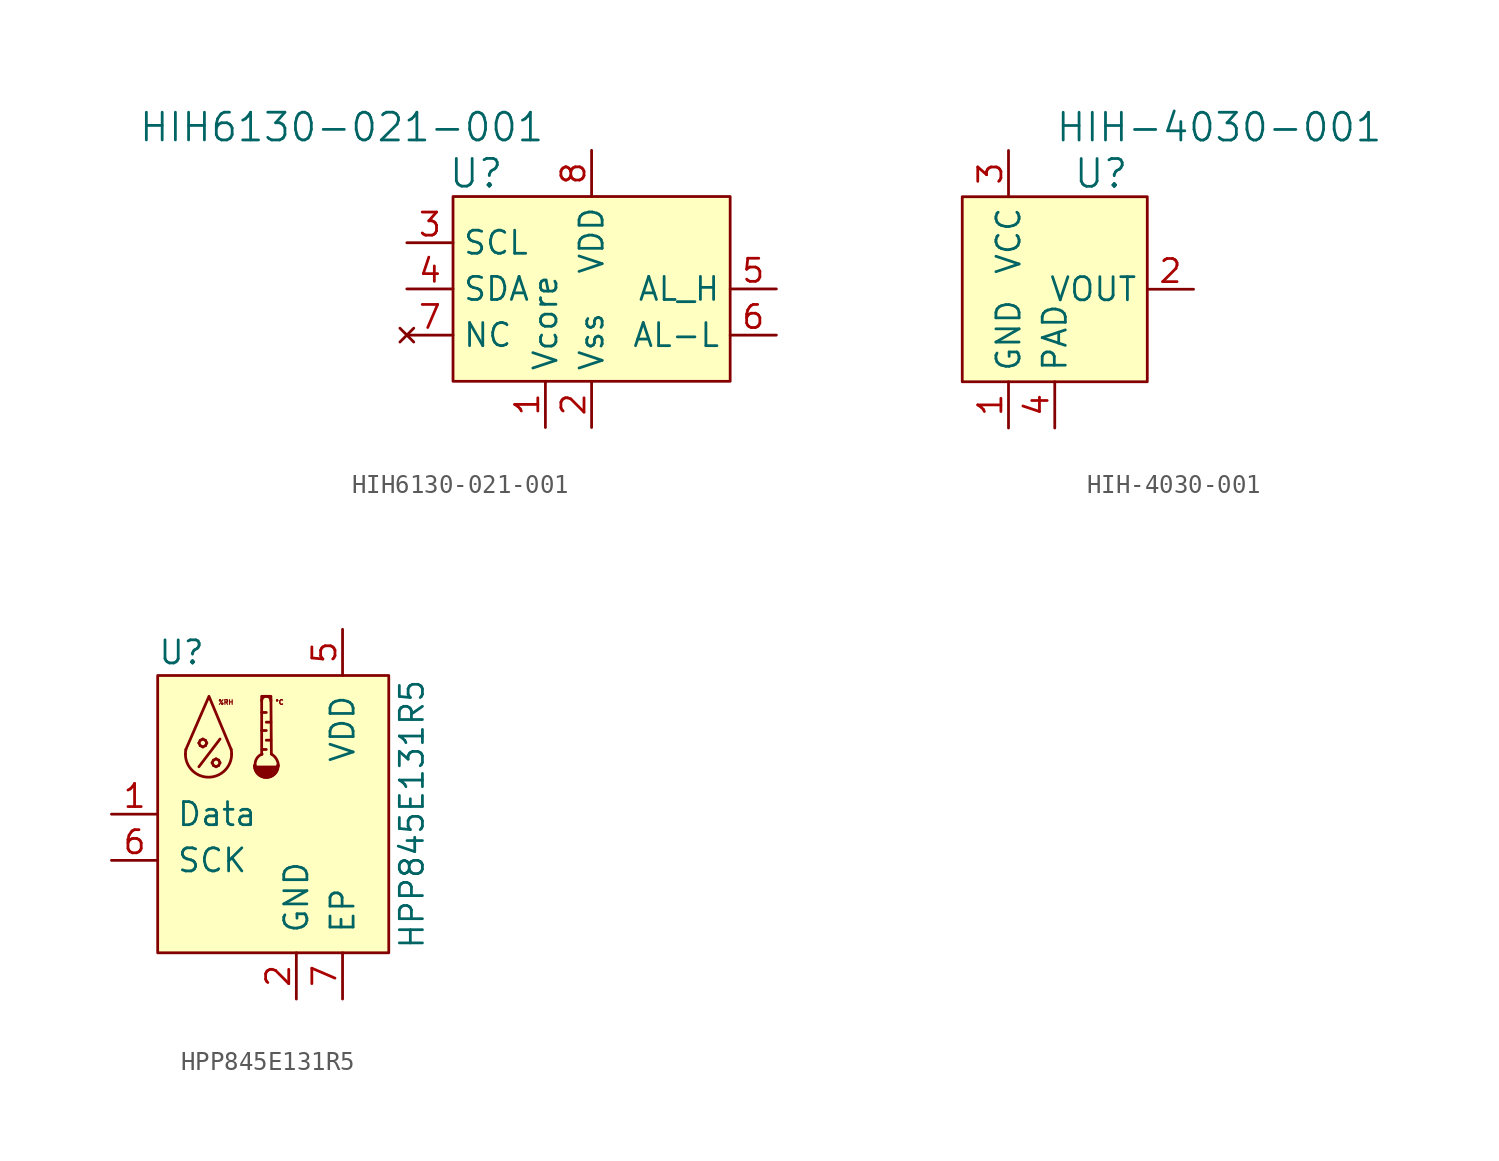
<source format=kicad_sym>
(kicad_symbol_lib
  (version 20231120)
  (generator "kicad_symbol_editor")
  (generator_version "8.0")
  (symbol "HIH6130-021-001"
    (property "Reference" "U"
      (at -6.35 8.89 0)
      (effects (font (size 1.524 1.524))))
    (property "Value" "HIH6130-021-001"
      (at -2.54 11.43 0)
      (effects (font (size 1.524 1.524)) (justify right)))
    (symbol "HIH6130-021-001_0_1"
      (rectangle (start -7.62 7.62) (end 7.62 -2.54) (stroke (width 0) (type default)) (fill (type background))))
    (symbol "HIH6130-021-001_1_1"
      (pin passive line (at -2.54 -5.08 90) (length 2.54) (name "Vcore" (effects (font (size 1.27 1.27)))) (number "1" (effects (font (size 1.27 1.27)))))
      (pin power_in line (at 0 -5.08 90) (length 2.54) (name "Vss" (effects (font (size 1.27 1.27)))) (number "2" (effects (font (size 1.27 1.27)))))
      (pin input line (at -10.16 5.08 0) (length 2.54) (name "SCL" (effects (font (size 1.27 1.27)))) (number "3" (effects (font (size 1.27 1.27)))))
      (pin bidirectional line (at -10.16 2.54 0) (length 2.54) (name "SDA" (effects (font (size 1.27 1.27)))) (number "4" (effects (font (size 1.27 1.27)))))
      (pin output line (at 10.16 2.54 180) (length 2.54) (name "AL_H" (effects (font (size 1.27 1.27)))) (number "5" (effects (font (size 1.27 1.27)))))
      (pin output line (at 10.16 0 180) (length 2.54) (name "AL-L" (effects (font (size 1.27 1.27)))) (number "6" (effects (font (size 1.27 1.27)))))
      (pin no_connect line (at -10.16 0 0) (length 2.54) (name "NC" (effects (font (size 1.27 1.27)))) (number "7" (effects (font (size 1.27 1.27)))))
      (pin power_in line (at 0 10.16 270) (length 2.54) (name "VDD" (effects (font (size 1.27 1.27)))) (number "8" (effects (font (size 1.27 1.27)))))))
  (symbol "HIH-4030-001"
    (property "Reference" "U"
      (at 5.08 8.89 0)
      (effects (font (size 1.524 1.524))))
    (property "Value" "HIH-4030-001"
      (at 2.54 11.43 0)
      (effects (font (size 1.524 1.524)) (justify left)))
    (symbol "HIH-4030-001_0_1"
      (rectangle (start 7.62 7.62) (end -2.54 -2.54) (stroke (width 0) (type default)) (fill (type background))))
    (symbol "HIH-4030-001_1_1"
      (pin power_in line (at 0 -5.08 90) (length 2.54) (name "GND" (effects (font (size 1.27 1.27)))) (number "1" (effects (font (size 1.27 1.27)))))
      (pin output line (at 10.16 2.54 180) (length 2.54) (name "VOUT" (effects (font (size 1.27 1.27)))) (number "2" (effects (font (size 1.27 1.27)))))
      (pin power_in line (at 0 10.16 270) (length 2.54) (name "VCC" (effects (font (size 1.27 1.27)))) (number "3" (effects (font (size 1.27 1.27)))))
      (pin unspecified line (at 2.54 -5.08 90) (length 2.54) (name "PAD" (effects (font (size 1.27 1.27)))) (number "4" (effects (font (size 1.27 1.27)))))))
  (symbol "HPP845E131R5"
    (pin_names
      (offset 1.016))
    (property "Reference" "U"
      (at -10.16 13.97 0)
      (effects (font (size 1.27 1.27)) (justify left)))
    (property "Value" "HPP845E131R5"
      (at 3.81 5.08 90)
      (effects (font (size 1.27 1.27))))
    (symbol "HPP845E131R5_0_0"
      (arc (start -8.636 8.382) (mid -7.366 7.1175) (end -6.096 8.382) (stroke (width 0) (type default)) (fill (type none)))
      (arc (start -8.6106 8.636) (mid -8.6298 8.5096) (end -8.636 8.382) (stroke (width 0) (type default)) (fill (type none)))
      (arc (start -6.096 8.382) (mid -6.1024 8.5096) (end -6.1214 8.636) (stroke (width 0) (type default)) (fill (type none)))
      (arc (start -4.826 7.747) (mid -4.191 7.1147) (end -3.556 7.747) (stroke (width 0.1778) (type default)) (fill (type none)))
      (arc (start -4.826 7.747) (mid -4.191 7.1147) (end -3.556 7.747) (stroke (width 0.1778) (type default)) (fill (type outline)))
      (arc (start -4.4196 8.382) (mid -4.7223 8.1277) (end -4.8006 7.747) (stroke (width 0) (type default)) (fill (type none)))
      (arc (start -3.937 11.303) (mid -4.191 11.5559) (end -4.445 11.303) (stroke (width 0) (type default)) (fill (type none)))
      (arc (start -3.5306 7.747) (mid -3.6379 8.1079) (end -3.9116 8.382) (stroke (width 0) (type default)) (fill (type none)))
      (polyline (pts (xy -4.445 9.677) (xy -4.191 9.677)) (stroke (width 0) (type default)) (fill (type none)))
      (polyline (pts (xy -4.42 8.636) (xy -4.191 8.636)) (stroke (width 0) (type default)) (fill (type none)))
      (polyline (pts (xy -4.191 10.668) (xy -4.445 10.668)) (stroke (width 0) (type default)) (fill (type none)))
      (polyline (pts (xy -3.937 9.144) (xy -4.191 9.144)) (stroke (width 0) (type default)) (fill (type none)))
      (polyline (pts (xy -3.937 10.135) (xy -4.191 10.135)) (stroke (width 0) (type default)) (fill (type none)))
      (polyline (pts (xy -8.611 8.636) (xy -7.341 11.557) (xy -6.121 8.636)) (stroke (width 0) (type default)) (fill (type none)))
      (polyline (pts (xy -4.445 8.357) (xy -4.445 11.557) (xy -3.937 11.557) (xy -3.912 8.382)) (stroke (width 0) (type default)) (fill (type none)))
      (text "%" (at -7.315 8.382 0) (effects (font (size 1.524 1.524))))
      (text "%RH" (at -6.858 11.379 0) (effects (font (size 0.254 0.254)) (justify left top)))
      (text "°C" (at -3.734 11.379 0) (effects (font (size 0.254 0.254)) (justify left top))))
    (symbol "HPP845E131R5_0_1"
      (rectangle (start -10.16 12.7) (end 2.54 -2.54) (stroke (width 0) (type default)) (fill (type background))))
    (symbol "HPP845E131R5_1_1"
      (pin bidirectional line (at -12.7 5.08 0) (length 2.54) (name "Data" (effects (font (size 1.27 1.27)))) (number "1" (effects (font (size 1.27 1.27)))))
      (pin power_out line (at -2.54 -5.08 90) (length 2.54) (name "GND" (effects (font (size 1.27 1.27)))) (number "2" (effects (font (size 1.27 1.27)))))
      (pin no_connect line (at -5.08 -2.54 90) (length 0) hide (name "NC" (effects (font (size 1.27 1.27)))) (number "3" (effects (font (size 1.27 1.27)))))
      (pin no_connect line (at -7.62 -2.54 90) (length 0) hide (name "NC" (effects (font (size 1.27 1.27)))) (number "4" (effects (font (size 1.27 1.27)))))
      (pin power_in line (at 0 15.24 270) (length 2.54) (name "VDD" (effects (font (size 1.27 1.27)))) (number "5" (effects (font (size 1.27 1.27)))))
      (pin input line (at -12.7 2.54 0) (length 2.54) (name "SCK" (effects (font (size 1.27 1.27)))) (number "6" (effects (font (size 1.27 1.27)))))
      (pin power_out line (at 0 -5.08 90) (length 2.54) (name "EP" (effects (font (size 1.27 1.27)))) (number "7" (effects (font (size 1.27 1.27))))))))
</source>
